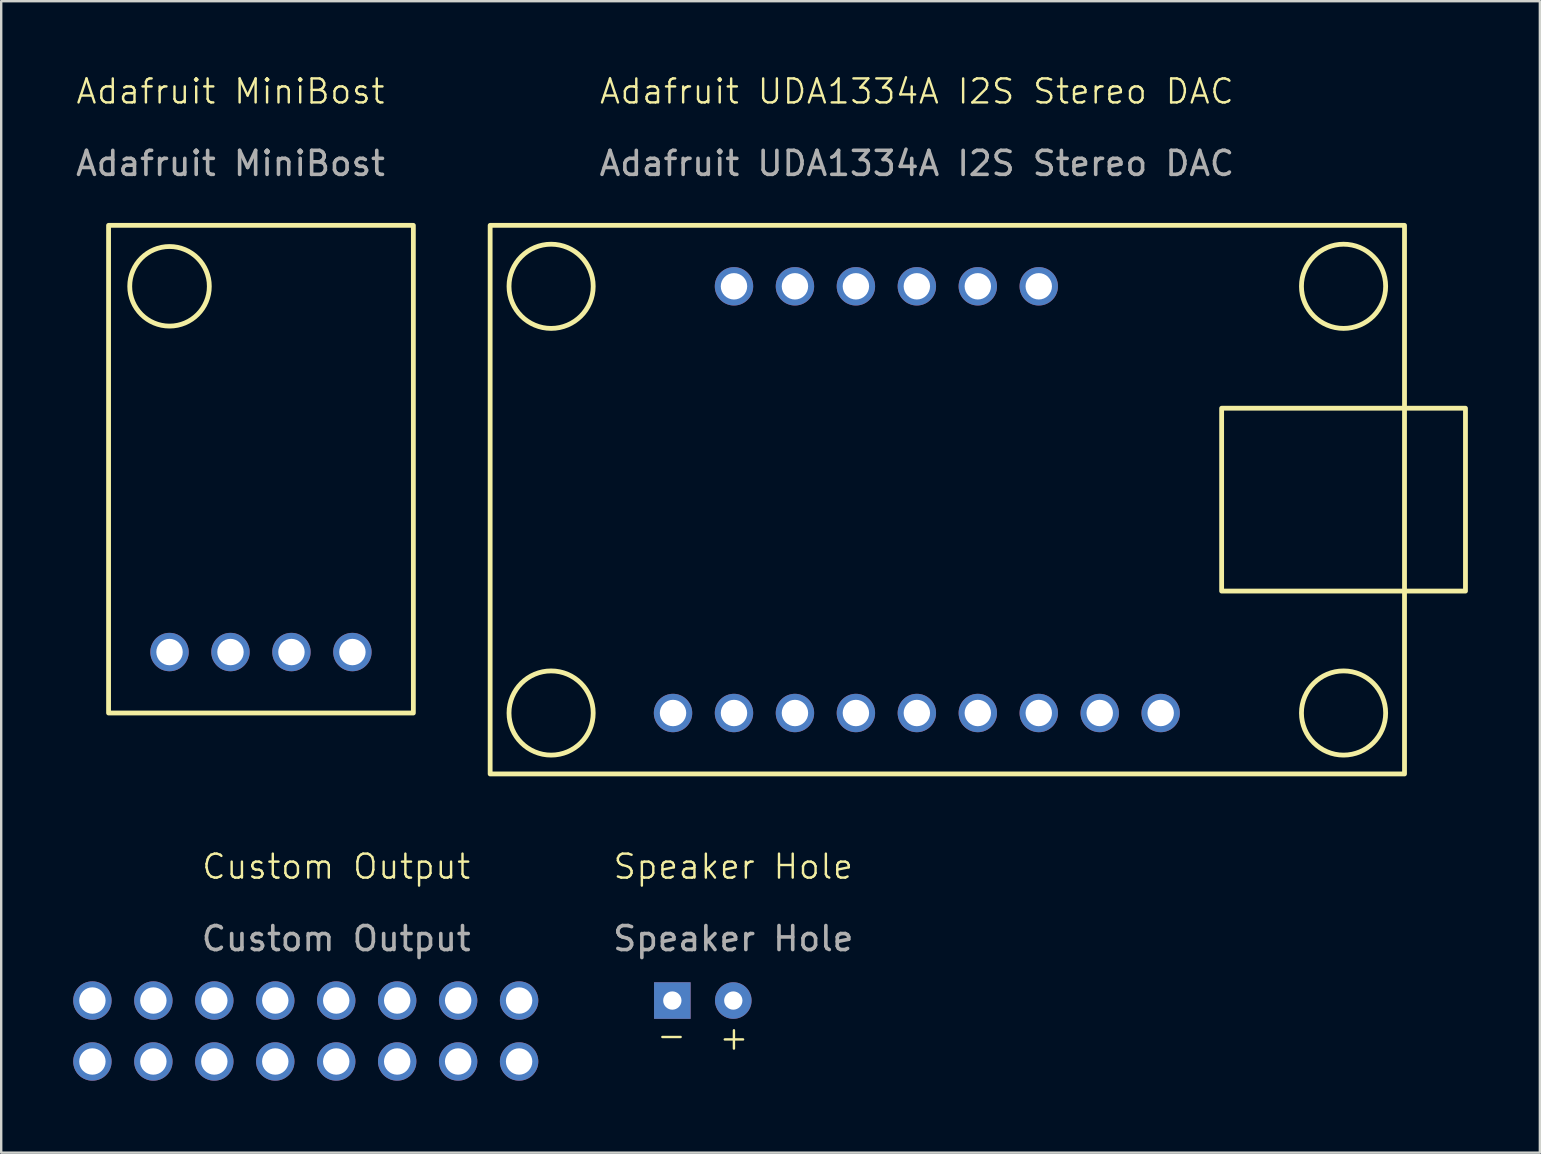
<source format=kicad_pcb>
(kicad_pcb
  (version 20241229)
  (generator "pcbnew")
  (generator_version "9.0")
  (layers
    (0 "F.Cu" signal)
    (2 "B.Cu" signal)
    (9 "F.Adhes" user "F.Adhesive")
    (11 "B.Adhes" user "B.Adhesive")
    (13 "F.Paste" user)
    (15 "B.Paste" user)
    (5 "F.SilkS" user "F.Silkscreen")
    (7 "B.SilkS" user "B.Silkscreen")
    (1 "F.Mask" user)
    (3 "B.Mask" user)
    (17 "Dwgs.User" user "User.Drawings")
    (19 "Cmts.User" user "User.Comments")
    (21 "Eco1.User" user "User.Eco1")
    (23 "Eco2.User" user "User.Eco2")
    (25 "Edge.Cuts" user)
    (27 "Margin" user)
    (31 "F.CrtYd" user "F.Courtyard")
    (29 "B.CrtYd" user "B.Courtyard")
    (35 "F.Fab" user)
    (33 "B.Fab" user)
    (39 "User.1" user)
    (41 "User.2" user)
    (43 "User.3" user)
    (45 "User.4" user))
  (footprint "Adafruit MiniBost"
    (layer "F.Cu")
    (at 6.554 1.26)
    (property "Reference" "Adafruit MiniBost" (at 0 -0.5 0) (unlocked yes) (layer "F.SilkS") (effects (font (size 1 1) (thickness 0.1))))
    (attr through_hole)
    (fp_rect (start -5.08 5.08) (end 7.62 25.4) (stroke (width 0.2) (type default)) (fill no) (layer "F.SilkS"))
    (fp_circle (center -2.54 7.62) (end -0.882 7.62) (stroke (width 0.2) (type default)) (fill no) (layer "F.SilkS"))
    (fp_text user "${REFERENCE}" (at 0 2.5 0) (unlocked yes) (layer "F.Fab") (effects (font (size 1 1) (thickness 0.15))))
    (pad "1" thru_hole circle (at -2.54 22.86) (size 1.6 1.6) (drill 1.1) (layers "*.Cu" "*.Mask"))
    (pad "2" thru_hole circle (at 0 22.86) (size 1.6 1.6) (drill 1.1) (layers "*.Cu" "*.Mask"))
    (pad "3" thru_hole circle (at 2.54 22.86) (size 1.6 1.6) (drill 1.1) (layers "*.Cu" "*.Mask"))
    (pad "4" thru_hole circle (at 5.08 22.86) (size 1.6 1.6) (drill 1.1) (layers "*.Cu" "*.Mask")))
  (footprint "Speaker Hole"
    (layer "F.Cu")
    (at 27.505 33.561)
    (property "Reference" "Speaker Hole" (at 0 -0.5 0) (unlocked yes) (layer "F.SilkS") (effects (font (size 1 1) (thickness 0.1))))
    (attr through_hole)
    (fp_text user "+" (at -0.658 7.209 0) (unlocked yes) (layer "F.SilkS") (effects (font (size 1 1) (thickness 0.1)) (justify left bottom)))
    (fp_text user "-" (at -1.89 7.107 0) (unlocked yes) (layer "F.SilkS") (effects (font (size 1 1) (thickness 0.1)) (justify left bottom mirror)))
    (fp_text user "${REFERENCE}" (at 0 2.5 0) (unlocked yes) (layer "F.Fab") (effects (font (size 1 1) (thickness 0.15))))
    (pad "1" thru_hole rect (at -2.54 5.08) (size 1.524 1.524) (drill 0.762) (layers "*.Cu" "*.Mask"))
    (pad "2" thru_hole circle (at 0 5.08) (size 1.524 1.524) (drill 0.762) (layers "*.Cu" "*.Mask")))
  (footprint "Custom Output"
    (layer "F.Cu")
    (at 10.96 33.561)
    (property "Reference" "Custom Output" (at 0 -0.5 0) (unlocked yes) (layer "F.SilkS") (effects (font (size 1 1) (thickness 0.1))))
    (attr through_hole)
    (fp_text user "${REFERENCE}" (at 0 2.5 0) (unlocked yes) (layer "F.Fab") (effects (font (size 1 1) (thickness 0.15))))
    (pad "1" thru_hole circle (at -10.16 7.62 90) (size 1.6 1.6) (drill 1.1) (layers "*.Cu" "*.Mask"))
    (pad "2" thru_hole circle (at -7.62 7.62 90) (size 1.6 1.6) (drill 1.1) (layers "*.Cu" "*.Mask"))
    (pad "3" thru_hole circle (at -5.08 7.62 90) (size 1.6 1.6) (drill 1.1) (layers "*.Cu" "*.Mask"))
    (pad "4" thru_hole circle (at -2.54 7.62 90) (size 1.6 1.6) (drill 1.1) (layers "*.Cu" "*.Mask"))
    (pad "5" thru_hole circle (at 0 7.62 90) (size 1.6 1.6) (drill 1.1) (layers "*.Cu" "*.Mask"))
    (pad "6" thru_hole circle (at 2.54 7.62 90) (size 1.6 1.6) (drill 1.1) (layers "*.Cu" "*.Mask"))
    (pad "7" thru_hole circle (at 5.08 7.62 90) (size 1.6 1.6) (drill 1.1) (layers "*.Cu" "*.Mask"))
    (pad "8" thru_hole circle (at 7.62 7.62 90) (size 1.6 1.6) (drill 1.1) (layers "*.Cu" "*.Mask"))
    (pad "9" thru_hole circle (at -10.16 5.08 90) (size 1.6 1.6) (drill 1.1) (layers "*.Cu" "*.Mask"))
    (pad "10" thru_hole circle (at -7.62 5.08 90) (size 1.6 1.6) (drill 1.1) (layers "*.Cu" "*.Mask"))
    (pad "11" thru_hole circle (at -5.08 5.08 90) (size 1.6 1.6) (drill 1.1) (layers "*.Cu" "*.Mask"))
    (pad "12" thru_hole circle (at -2.54 5.08 90) (size 1.6 1.6) (drill 1.1) (layers "*.Cu" "*.Mask"))
    (pad "13" thru_hole circle (at 0 5.08 90) (size 1.6 1.6) (drill 1.1) (layers "*.Cu" "*.Mask"))
    (pad "14" thru_hole circle (at 2.54 5.08 90) (size 1.6 1.6) (drill 1.1) (layers "*.Cu" "*.Mask"))
    (pad "15" thru_hole circle (at 5.08 5.08 90) (size 1.6 1.6) (drill 1.1) (layers "*.Cu" "*.Mask"))
    (pad "16" thru_hole circle (at 7.62 5.08 90) (size 1.6 1.6) (drill 1.1) (layers "*.Cu" "*.Mask")))
  (footprint "Adafruit UDA1334A I2S Stereo DAC"
    (layer "F.Cu")
    (at 35.154 1.26)
    (property "Reference" "Adafruit UDA1334A I2S Stereo DAC" (at 0 -0.5 0) (unlocked yes) (layer "F.SilkS") (effects (font (size 1 1) (thickness 0.1))))
    (attr through_hole)
    (fp_rect (start -17.78 5.08) (end 20.32 27.94) (stroke (width 0.2) (type default)) (fill no) (layer "F.SilkS"))
    (fp_rect (start 12.7 12.7) (end 22.86 20.32) (stroke (width 0.2) (type default)) (fill no) (layer "F.SilkS"))
    (fp_circle (center -15.24 7.62) (end -13.486 7.62) (stroke (width 0.2) (type default)) (fill no) (layer "F.SilkS"))
    (fp_circle (center -15.24 25.4) (end -13.486 25.4) (stroke (width 0.2) (type default)) (fill no) (layer "F.SilkS"))
    (fp_circle (center 17.78 7.62) (end 19.534 7.62) (stroke (width 0.2) (type default)) (fill no) (layer "F.SilkS"))
    (fp_circle (center 17.78 25.4) (end 19.534 25.4) (stroke (width 0.2) (type default)) (fill no) (layer "F.SilkS"))
    (fp_text user "${REFERENCE}" (at 0 2.5 0) (unlocked yes) (layer "F.Fab") (effects (font (size 1 1) (thickness 0.15))))
    (pad "1" thru_hole circle (at -10.16 25.4) (size 1.6 1.6) (drill 1.1) (layers "*.Cu" "*.Mask"))
    (pad "2" thru_hole circle (at -7.62 25.4) (size 1.6 1.6) (drill 1.1) (layers "*.Cu" "*.Mask"))
    (pad "3" thru_hole circle (at -5.08 25.4) (size 1.6 1.6) (drill 1.1) (layers "*.Cu" "*.Mask"))
    (pad "4" thru_hole circle (at -2.54 25.4) (size 1.6 1.6) (drill 1.1) (layers "*.Cu" "*.Mask"))
    (pad "5" thru_hole circle (at 0 25.4) (size 1.6 1.6) (drill 1.1) (layers "*.Cu" "*.Mask"))
    (pad "6" thru_hole circle (at 2.54 25.4) (size 1.6 1.6) (drill 1.1) (layers "*.Cu" "*.Mask"))
    (pad "7" thru_hole circle (at 5.08 25.4) (size 1.6 1.6) (drill 1.1) (layers "*.Cu" "*.Mask"))
    (pad "8" thru_hole circle (at 7.62 25.4) (size 1.6 1.6) (drill 1.1) (layers "*.Cu" "*.Mask"))
    (pad "9" thru_hole circle (at 10.16 25.4) (size 1.6 1.6) (drill 1.1) (layers "*.Cu" "*.Mask"))
    (pad "10" thru_hole circle (at -7.62 7.62) (size 1.6 1.6) (drill 1.1) (layers "*.Cu" "*.Mask"))
    (pad "11" thru_hole circle (at -5.08 7.62) (size 1.6 1.6) (drill 1.1) (layers "*.Cu" "*.Mask"))
    (pad "12" thru_hole circle (at -2.54 7.62) (size 1.6 1.6) (drill 1.1) (layers "*.Cu" "*.Mask"))
    (pad "13" thru_hole circle (at 0 7.62) (size 1.6 1.6) (drill 1.1) (layers "*.Cu" "*.Mask"))
    (pad "14" thru_hole circle (at 2.54 7.62) (size 1.6 1.6) (drill 1.1) (layers "*.Cu" "*.Mask"))
    (pad "15" thru_hole circle (at 5.08 7.62) (size 1.6 1.6) (drill 1.1) (layers "*.Cu" "*.Mask")))
  (gr_rect
    (start -3 -3)
    (end 61.114 44.981)
    (stroke (width 0.1) (type default))
    (fill no)
    (layer "Edge.Cuts")))
</source>
